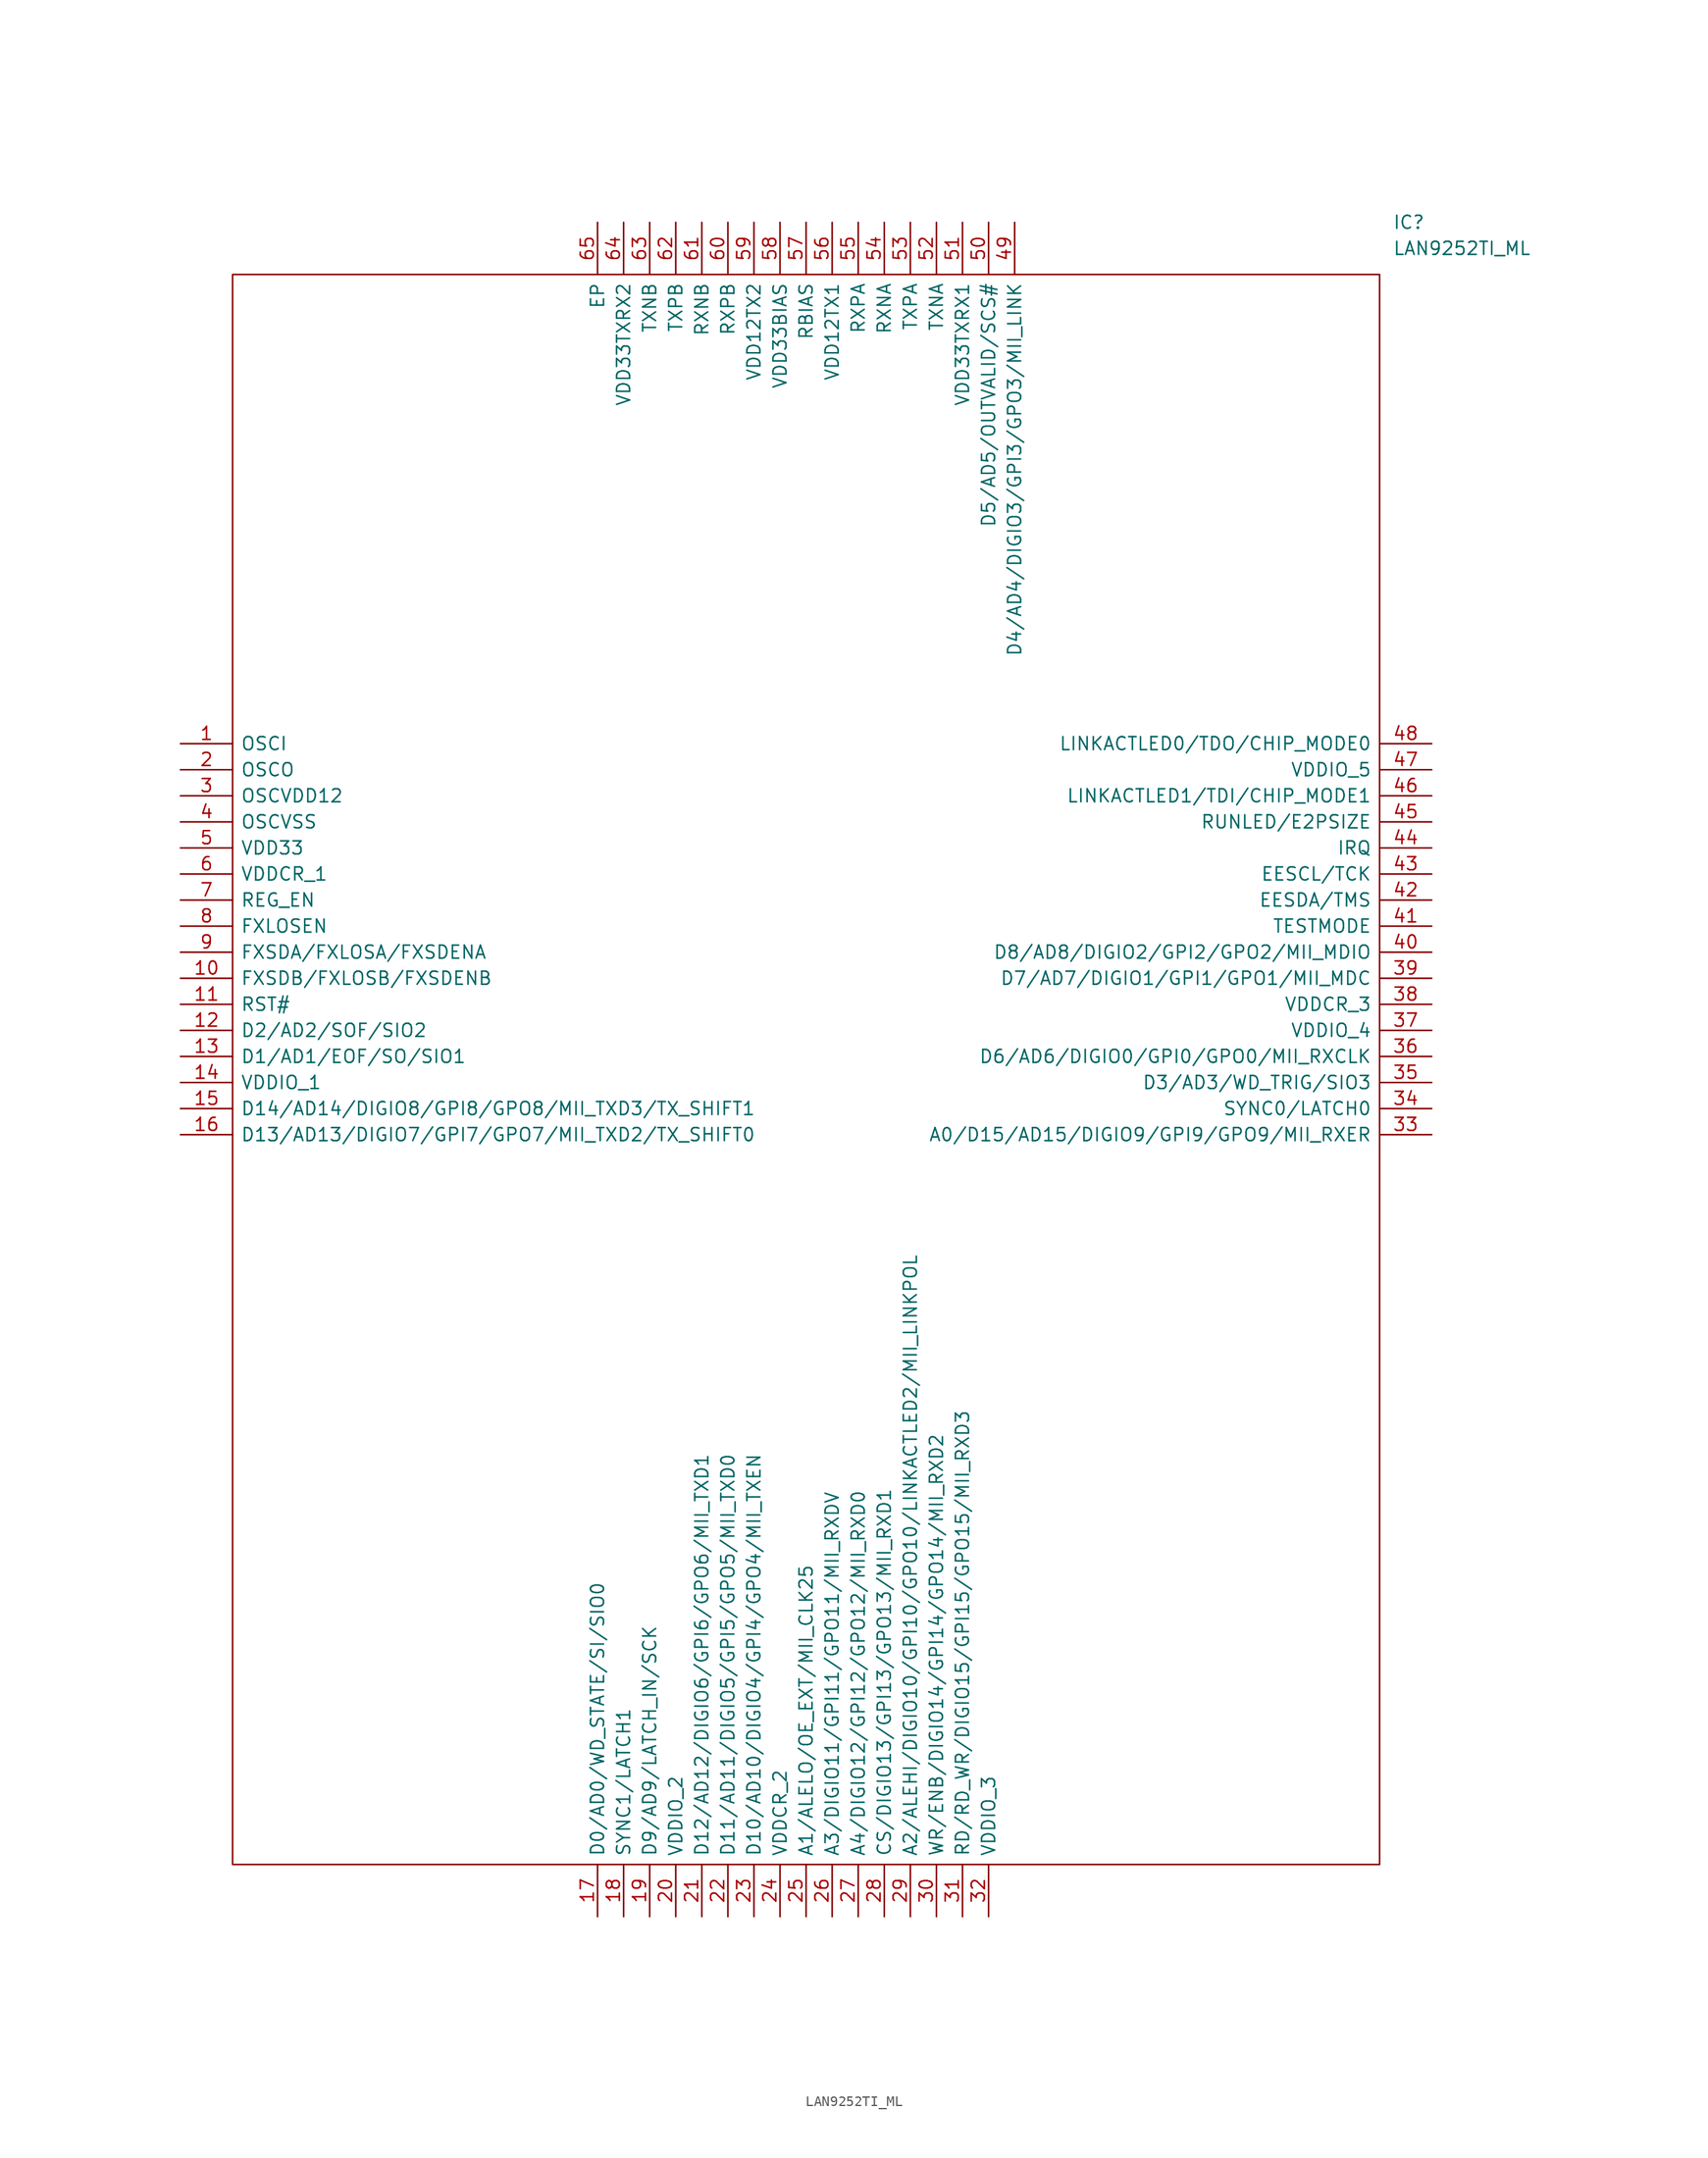
<source format=kicad_sym>
(kicad_symbol_lib
  (version 20211014)
  (generator kicad_symbol_editor)
  (symbol "LAN9252TI_ML"
    (pin_names
      (offset 0.762))
    (property "Reference" "IC"
      (at 118.11 50.8 0)
      (effects (font (size 1.27 1.27)) (justify left)))
    (property "Value" "LAN9252TI_ML"
      (at 118.11 48.26 0)
      (effects (font (size 1.27 1.27)) (justify left)))
    (symbol "LAN9252TI_ML_0_0"
      (pin passive line (at 0 0 0) (length 5.08) (name "OSCI" (effects (font (size 1.27 1.27)))) (number "1" (effects (font (size 1.27 1.27)))))
      (pin passive line (at 0 -22.86 0) (length 5.08) (name "FXSDB/FXLOSB/FXSDENB" (effects (font (size 1.27 1.27)))) (number "10" (effects (font (size 1.27 1.27)))))
      (pin passive line (at 0 -25.4 0) (length 5.08) (name "RST#" (effects (font (size 1.27 1.27)))) (number "11" (effects (font (size 1.27 1.27)))))
      (pin passive line (at 0 -27.94 0) (length 5.08) (name "D2/AD2/SOF/SIO2" (effects (font (size 1.27 1.27)))) (number "12" (effects (font (size 1.27 1.27)))))
      (pin passive line (at 0 -30.48 0) (length 5.08) (name "D1/AD1/EOF/SO/SIO1" (effects (font (size 1.27 1.27)))) (number "13" (effects (font (size 1.27 1.27)))))
      (pin passive line (at 0 -33.02 0) (length 5.08) (name "VDDIO_1" (effects (font (size 1.27 1.27)))) (number "14" (effects (font (size 1.27 1.27)))))
      (pin passive line (at 0 -35.56 0) (length 5.08) (name "D14/AD14/DIGIO8/GPI8/GPO8/MII_TXD3/TX_SHIFT1" (effects (font (size 1.27 1.27)))) (number "15" (effects (font (size 1.27 1.27)))))
      (pin passive line (at 0 -38.1 0) (length 5.08) (name "D13/AD13/DIGIO7/GPI7/GPO7/MII_TXD2/TX_SHIFT0" (effects (font (size 1.27 1.27)))) (number "16" (effects (font (size 1.27 1.27)))))
      (pin passive line (at 40.64 -114.3 90) (length 5.08) (name "D0/AD0/WD_STATE/SI/SIO0" (effects (font (size 1.27 1.27)))) (number "17" (effects (font (size 1.27 1.27)))))
      (pin passive line (at 43.18 -114.3 90) (length 5.08) (name "SYNC1/LATCH1" (effects (font (size 1.27 1.27)))) (number "18" (effects (font (size 1.27 1.27)))))
      (pin passive line (at 45.72 -114.3 90) (length 5.08) (name "D9/AD9/LATCH_IN/SCK" (effects (font (size 1.27 1.27)))) (number "19" (effects (font (size 1.27 1.27)))))
      (pin passive line (at 0 -2.54 0) (length 5.08) (name "OSCO" (effects (font (size 1.27 1.27)))) (number "2" (effects (font (size 1.27 1.27)))))
      (pin passive line (at 48.26 -114.3 90) (length 5.08) (name "VDDIO_2" (effects (font (size 1.27 1.27)))) (number "20" (effects (font (size 1.27 1.27)))))
      (pin passive line (at 50.8 -114.3 90) (length 5.08) (name "D12/AD12/DIGIO6/GPI6/GPO6/MII_TXD1" (effects (font (size 1.27 1.27)))) (number "21" (effects (font (size 1.27 1.27)))))
      (pin passive line (at 53.34 -114.3 90) (length 5.08) (name "D11/AD11/DIGIO5/GPI5/GPO5/MII_TXD0" (effects (font (size 1.27 1.27)))) (number "22" (effects (font (size 1.27 1.27)))))
      (pin passive line (at 55.88 -114.3 90) (length 5.08) (name "D10/AD10/DIGIO4/GPI4/GPO4/MII_TXEN" (effects (font (size 1.27 1.27)))) (number "23" (effects (font (size 1.27 1.27)))))
      (pin passive line (at 58.42 -114.3 90) (length 5.08) (name "VDDCR_2" (effects (font (size 1.27 1.27)))) (number "24" (effects (font (size 1.27 1.27)))))
      (pin passive line (at 60.96 -114.3 90) (length 5.08) (name "A1/ALELO/OE_EXT/MII_CLK25" (effects (font (size 1.27 1.27)))) (number "25" (effects (font (size 1.27 1.27)))))
      (pin passive line (at 63.5 -114.3 90) (length 5.08) (name "A3/DIGIO11/GPI11/GPO11/MII_RXDV" (effects (font (size 1.27 1.27)))) (number "26" (effects (font (size 1.27 1.27)))))
      (pin passive line (at 66.04 -114.3 90) (length 5.08) (name "A4/DIGIO12/GPI12/GPO12/MII_RXD0" (effects (font (size 1.27 1.27)))) (number "27" (effects (font (size 1.27 1.27)))))
      (pin passive line (at 68.58 -114.3 90) (length 5.08) (name "CS/DIGIO13/GPI13/GPO13/MII_RXD1" (effects (font (size 1.27 1.27)))) (number "28" (effects (font (size 1.27 1.27)))))
      (pin passive line (at 71.12 -114.3 90) (length 5.08) (name "A2/ALEHI/DIGIO10/GPI10/GPO10/LINKACTLED2/MII_LINKPOL" (effects (font (size 1.27 1.27)))) (number "29" (effects (font (size 1.27 1.27)))))
      (pin passive line (at 0 -5.08 0) (length 5.08) (name "OSCVDD12" (effects (font (size 1.27 1.27)))) (number "3" (effects (font (size 1.27 1.27)))))
      (pin passive line (at 73.66 -114.3 90) (length 5.08) (name "WR/ENB/DIGIO14/GPI14/GPO14/MII_RXD2" (effects (font (size 1.27 1.27)))) (number "30" (effects (font (size 1.27 1.27)))))
      (pin passive line (at 76.2 -114.3 90) (length 5.08) (name "RD/RD_WR/DIGIO15/GPI15/GPO15/MII_RXD3" (effects (font (size 1.27 1.27)))) (number "31" (effects (font (size 1.27 1.27)))))
      (pin passive line (at 78.74 -114.3 90) (length 5.08) (name "VDDIO_3" (effects (font (size 1.27 1.27)))) (number "32" (effects (font (size 1.27 1.27)))))
      (pin passive line (at 121.92 -38.1 180) (length 5.08) (name "A0/D15/AD15/DIGIO9/GPI9/GPO9/MII_RXER" (effects (font (size 1.27 1.27)))) (number "33" (effects (font (size 1.27 1.27)))))
      (pin passive line (at 121.92 -35.56 180) (length 5.08) (name "SYNC0/LATCH0" (effects (font (size 1.27 1.27)))) (number "34" (effects (font (size 1.27 1.27)))))
      (pin passive line (at 121.92 -33.02 180) (length 5.08) (name "D3/AD3/WD_TRIG/SIO3" (effects (font (size 1.27 1.27)))) (number "35" (effects (font (size 1.27 1.27)))))
      (pin passive line (at 121.92 -30.48 180) (length 5.08) (name "D6/AD6/DIGIO0/GPI0/GPO0/MII_RXCLK" (effects (font (size 1.27 1.27)))) (number "36" (effects (font (size 1.27 1.27)))))
      (pin passive line (at 121.92 -27.94 180) (length 5.08) (name "VDDIO_4" (effects (font (size 1.27 1.27)))) (number "37" (effects (font (size 1.27 1.27)))))
      (pin passive line (at 121.92 -25.4 180) (length 5.08) (name "VDDCR_3" (effects (font (size 1.27 1.27)))) (number "38" (effects (font (size 1.27 1.27)))))
      (pin passive line (at 121.92 -22.86 180) (length 5.08) (name "D7/AD7/DIGIO1/GPI1/GPO1/MII_MDC" (effects (font (size 1.27 1.27)))) (number "39" (effects (font (size 1.27 1.27)))))
      (pin passive line (at 0 -7.62 0) (length 5.08) (name "OSCVSS" (effects (font (size 1.27 1.27)))) (number "4" (effects (font (size 1.27 1.27)))))
      (pin passive line (at 121.92 -20.32 180) (length 5.08) (name "D8/AD8/DIGIO2/GPI2/GPO2/MII_MDIO" (effects (font (size 1.27 1.27)))) (number "40" (effects (font (size 1.27 1.27)))))
      (pin passive line (at 121.92 -17.78 180) (length 5.08) (name "TESTMODE" (effects (font (size 1.27 1.27)))) (number "41" (effects (font (size 1.27 1.27)))))
      (pin passive line (at 121.92 -15.24 180) (length 5.08) (name "EESDA/TMS" (effects (font (size 1.27 1.27)))) (number "42" (effects (font (size 1.27 1.27)))))
      (pin passive line (at 121.92 -12.7 180) (length 5.08) (name "EESCL/TCK" (effects (font (size 1.27 1.27)))) (number "43" (effects (font (size 1.27 1.27)))))
      (pin passive line (at 121.92 -10.16 180) (length 5.08) (name "IRQ" (effects (font (size 1.27 1.27)))) (number "44" (effects (font (size 1.27 1.27)))))
      (pin passive line (at 121.92 -7.62 180) (length 5.08) (name "RUNLED/E2PSIZE" (effects (font (size 1.27 1.27)))) (number "45" (effects (font (size 1.27 1.27)))))
      (pin passive line (at 121.92 -5.08 180) (length 5.08) (name "LINKACTLED1/TDI/CHIP_MODE1" (effects (font (size 1.27 1.27)))) (number "46" (effects (font (size 1.27 1.27)))))
      (pin passive line (at 121.92 -2.54 180) (length 5.08) (name "VDDIO_5" (effects (font (size 1.27 1.27)))) (number "47" (effects (font (size 1.27 1.27)))))
      (pin passive line (at 121.92 0 180) (length 5.08) (name "LINKACTLED0/TDO/CHIP_MODE0" (effects (font (size 1.27 1.27)))) (number "48" (effects (font (size 1.27 1.27)))))
      (pin passive line (at 81.28 50.8 270) (length 5.08) (name "D4/AD4/DIGIO3/GPI3/GPO3/MII_LINK" (effects (font (size 1.27 1.27)))) (number "49" (effects (font (size 1.27 1.27)))))
      (pin passive line (at 0 -10.16 0) (length 5.08) (name "VDD33" (effects (font (size 1.27 1.27)))) (number "5" (effects (font (size 1.27 1.27)))))
      (pin passive line (at 78.74 50.8 270) (length 5.08) (name "D5/AD5/OUTVALID/SCS#" (effects (font (size 1.27 1.27)))) (number "50" (effects (font (size 1.27 1.27)))))
      (pin passive line (at 76.2 50.8 270) (length 5.08) (name "VDD33TXRX1" (effects (font (size 1.27 1.27)))) (number "51" (effects (font (size 1.27 1.27)))))
      (pin passive line (at 73.66 50.8 270) (length 5.08) (name "TXNA" (effects (font (size 1.27 1.27)))) (number "52" (effects (font (size 1.27 1.27)))))
      (pin passive line (at 71.12 50.8 270) (length 5.08) (name "TXPA" (effects (font (size 1.27 1.27)))) (number "53" (effects (font (size 1.27 1.27)))))
      (pin passive line (at 68.58 50.8 270) (length 5.08) (name "RXNA" (effects (font (size 1.27 1.27)))) (number "54" (effects (font (size 1.27 1.27)))))
      (pin passive line (at 66.04 50.8 270) (length 5.08) (name "RXPA" (effects (font (size 1.27 1.27)))) (number "55" (effects (font (size 1.27 1.27)))))
      (pin passive line (at 63.5 50.8 270) (length 5.08) (name "VDD12TX1" (effects (font (size 1.27 1.27)))) (number "56" (effects (font (size 1.27 1.27)))))
      (pin passive line (at 60.96 50.8 270) (length 5.08) (name "RBIAS" (effects (font (size 1.27 1.27)))) (number "57" (effects (font (size 1.27 1.27)))))
      (pin passive line (at 58.42 50.8 270) (length 5.08) (name "VDD33BIAS" (effects (font (size 1.27 1.27)))) (number "58" (effects (font (size 1.27 1.27)))))
      (pin passive line (at 55.88 50.8 270) (length 5.08) (name "VDD12TX2" (effects (font (size 1.27 1.27)))) (number "59" (effects (font (size 1.27 1.27)))))
      (pin passive line (at 0 -12.7 0) (length 5.08) (name "VDDCR_1" (effects (font (size 1.27 1.27)))) (number "6" (effects (font (size 1.27 1.27)))))
      (pin passive line (at 53.34 50.8 270) (length 5.08) (name "RXPB" (effects (font (size 1.27 1.27)))) (number "60" (effects (font (size 1.27 1.27)))))
      (pin passive line (at 50.8 50.8 270) (length 5.08) (name "RXNB" (effects (font (size 1.27 1.27)))) (number "61" (effects (font (size 1.27 1.27)))))
      (pin passive line (at 48.26 50.8 270) (length 5.08) (name "TXPB" (effects (font (size 1.27 1.27)))) (number "62" (effects (font (size 1.27 1.27)))))
      (pin passive line (at 45.72 50.8 270) (length 5.08) (name "TXNB" (effects (font (size 1.27 1.27)))) (number "63" (effects (font (size 1.27 1.27)))))
      (pin passive line (at 43.18 50.8 270) (length 5.08) (name "VDD33TXRX2" (effects (font (size 1.27 1.27)))) (number "64" (effects (font (size 1.27 1.27)))))
      (pin passive line (at 40.64 50.8 270) (length 5.08) (name "EP" (effects (font (size 1.27 1.27)))) (number "65" (effects (font (size 1.27 1.27)))))
      (pin passive line (at 0 -15.24 0) (length 5.08) (name "REG_EN" (effects (font (size 1.27 1.27)))) (number "7" (effects (font (size 1.27 1.27)))))
      (pin passive line (at 0 -17.78 0) (length 5.08) (name "FXLOSEN" (effects (font (size 1.27 1.27)))) (number "8" (effects (font (size 1.27 1.27)))))
      (pin passive line (at 0 -20.32 0) (length 5.08) (name "FXSDA/FXLOSA/FXSDENA" (effects (font (size 1.27 1.27)))) (number "9" (effects (font (size 1.27 1.27))))))
    (symbol "LAN9252TI_ML_0_1"
      (polyline (pts (xy 5.08 45.72) (xy 116.84 45.72) (xy 116.84 -109.22) (xy 5.08 -109.22) (xy 5.08 45.72)) (stroke (width 0.152) (type default) (color 0 0 0 0)) (fill (type none))))))
</source>
